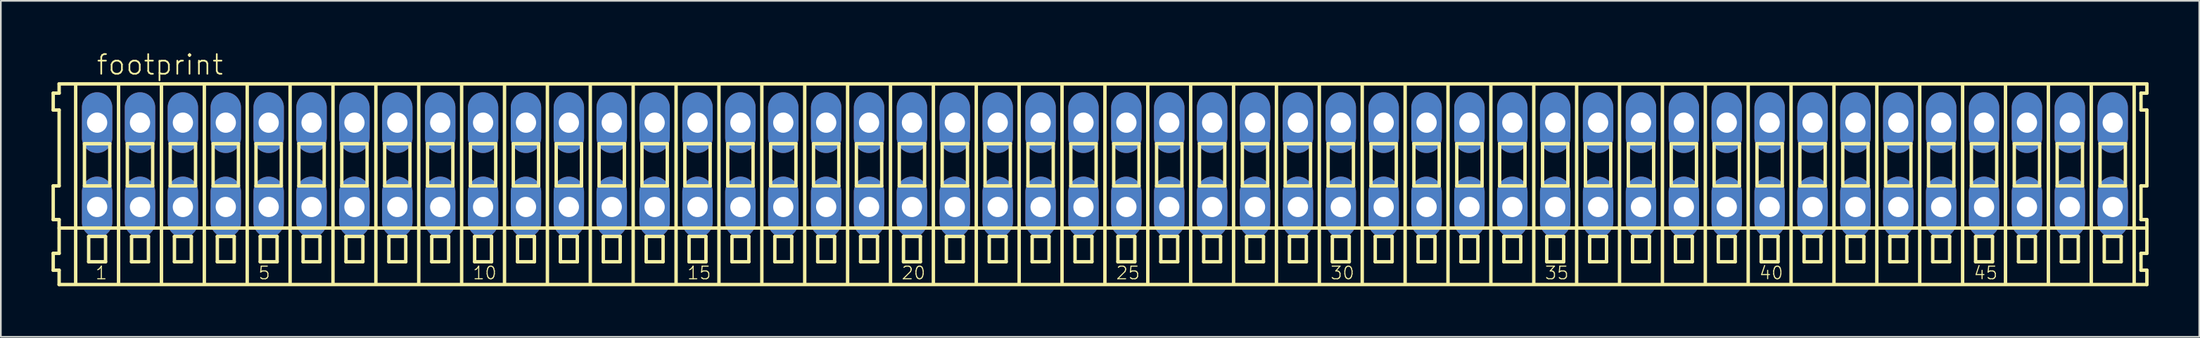
<source format=kicad_pcb>
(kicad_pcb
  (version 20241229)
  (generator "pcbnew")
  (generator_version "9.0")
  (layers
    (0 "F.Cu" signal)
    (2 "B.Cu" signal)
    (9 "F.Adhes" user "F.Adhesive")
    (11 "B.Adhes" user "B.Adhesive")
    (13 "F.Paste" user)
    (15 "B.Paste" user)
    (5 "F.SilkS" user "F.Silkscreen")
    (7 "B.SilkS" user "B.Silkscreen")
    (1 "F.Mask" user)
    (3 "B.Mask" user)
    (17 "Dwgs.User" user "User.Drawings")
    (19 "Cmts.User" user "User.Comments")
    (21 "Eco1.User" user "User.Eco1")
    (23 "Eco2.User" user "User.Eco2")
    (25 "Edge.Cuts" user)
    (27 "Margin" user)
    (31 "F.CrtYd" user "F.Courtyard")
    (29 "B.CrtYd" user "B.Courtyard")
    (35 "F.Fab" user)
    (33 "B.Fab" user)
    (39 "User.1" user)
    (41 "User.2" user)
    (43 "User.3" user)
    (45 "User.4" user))
  (footprint "footprint"
    (layer "F.Cu")
    (at 62.392 6.723)
    (property "Reference" "footprint" (at -59.79 -5.25 0) (layer "F.SilkS") (effects (font (size 1.168 1.168) (thickness 0.102)) (justify left bottom)))
    (fp_line (start -62.29 -4.25) (end -62.29 -3.25) (stroke (width 0.203) (type solid)) (layer "F.SilkS"))
    (fp_line (start -62.29 -3.25) (end -61.94 -3.25) (stroke (width 0.203) (type solid)) (layer "F.SilkS"))
    (fp_line (start -62.29 1.25) (end -62.29 3.25) (stroke (width 0.203) (type solid)) (layer "F.SilkS"))
    (fp_line (start -62.29 3.25) (end -61.94 3.25) (stroke (width 0.203) (type solid)) (layer "F.SilkS"))
    (fp_line (start -62.29 5.25) (end -62.29 6.25) (stroke (width 0.203) (type solid)) (layer "F.SilkS"))
    (fp_line (start -62.29 6.25) (end -61.94 6.25) (stroke (width 0.203) (type solid)) (layer "F.SilkS"))
    (fp_line (start -61.94 -4.8) (end -61.94 -4.25) (stroke (width 0.203) (type solid)) (layer "F.SilkS"))
    (fp_line (start -61.94 -4.25) (end -62.29 -4.25) (stroke (width 0.203) (type solid)) (layer "F.SilkS"))
    (fp_line (start -61.94 -3.25) (end -61.94 1.25) (stroke (width 0.203) (type solid)) (layer "F.SilkS"))
    (fp_line (start -61.94 1.25) (end -62.29 1.25) (stroke (width 0.203) (type solid)) (layer "F.SilkS"))
    (fp_line (start -61.94 3.25) (end -61.94 5.25) (stroke (width 0.203) (type solid)) (layer "F.SilkS"))
    (fp_line (start -61.94 3.75) (end 61.715 3.75) (stroke (width 0.203) (type solid)) (layer "F.SilkS"))
    (fp_line (start -61.94 5.25) (end -62.29 5.25) (stroke (width 0.203) (type solid)) (layer "F.SilkS"))
    (fp_line (start -61.94 6.25) (end -61.94 7.1) (stroke (width 0.203) (type solid)) (layer "F.SilkS"))
    (fp_line (start -61.94 7.1) (end 61.715 7.1) (stroke (width 0.203) (type solid)) (layer "F.SilkS"))
    (fp_line (start -60.96 6.985) (end -60.96 -4.699) (stroke (width 0.203) (type solid)) (layer "F.SilkS"))
    (fp_line (start -60.44 -1.25) (end -60.44 1.25) (stroke (width 0.203) (type solid)) (layer "F.SilkS"))
    (fp_line (start -60.44 1.25) (end -58.94 1.25) (stroke (width 0.203) (type solid)) (layer "F.SilkS"))
    (fp_line (start -60.19 4.25) (end -60.19 5.75) (stroke (width 0.203) (type solid)) (layer "F.SilkS"))
    (fp_line (start -60.19 5.75) (end -59.19 5.75) (stroke (width 0.203) (type solid)) (layer "F.SilkS"))
    (fp_line (start -59.19 4.25) (end -60.19 4.25) (stroke (width 0.203) (type solid)) (layer "F.SilkS"))
    (fp_line (start -59.19 5.75) (end -59.19 4.25) (stroke (width 0.203) (type solid)) (layer "F.SilkS"))
    (fp_line (start -58.94 -1.25) (end -60.44 -1.25) (stroke (width 0.203) (type solid)) (layer "F.SilkS"))
    (fp_line (start -58.94 1.25) (end -58.94 -1.25) (stroke (width 0.203) (type solid)) (layer "F.SilkS"))
    (fp_line (start -58.42 6.985) (end -58.42 -4.699) (stroke (width 0.203) (type solid)) (layer "F.SilkS"))
    (fp_line (start -57.9 -1.25) (end -57.9 1.25) (stroke (width 0.203) (type solid)) (layer "F.SilkS"))
    (fp_line (start -57.9 1.25) (end -56.4 1.25) (stroke (width 0.203) (type solid)) (layer "F.SilkS"))
    (fp_line (start -57.65 4.25) (end -57.65 5.75) (stroke (width 0.203) (type solid)) (layer "F.SilkS"))
    (fp_line (start -57.65 5.75) (end -56.65 5.75) (stroke (width 0.203) (type solid)) (layer "F.SilkS"))
    (fp_line (start -56.65 4.25) (end -57.65 4.25) (stroke (width 0.203) (type solid)) (layer "F.SilkS"))
    (fp_line (start -56.65 5.75) (end -56.65 4.25) (stroke (width 0.203) (type solid)) (layer "F.SilkS"))
    (fp_line (start -56.4 -1.25) (end -57.9 -1.25) (stroke (width 0.203) (type solid)) (layer "F.SilkS"))
    (fp_line (start -56.4 1.25) (end -56.4 -1.25) (stroke (width 0.203) (type solid)) (layer "F.SilkS"))
    (fp_line (start -55.88 6.985) (end -55.88 -4.699) (stroke (width 0.203) (type solid)) (layer "F.SilkS"))
    (fp_line (start -55.36 -1.25) (end -55.36 1.25) (stroke (width 0.203) (type solid)) (layer "F.SilkS"))
    (fp_line (start -55.36 1.25) (end -53.86 1.25) (stroke (width 0.203) (type solid)) (layer "F.SilkS"))
    (fp_line (start -55.11 4.25) (end -55.11 5.75) (stroke (width 0.203) (type solid)) (layer "F.SilkS"))
    (fp_line (start -55.11 5.75) (end -54.11 5.75) (stroke (width 0.203) (type solid)) (layer "F.SilkS"))
    (fp_line (start -54.11 4.25) (end -55.11 4.25) (stroke (width 0.203) (type solid)) (layer "F.SilkS"))
    (fp_line (start -54.11 5.75) (end -54.11 4.25) (stroke (width 0.203) (type solid)) (layer "F.SilkS"))
    (fp_line (start -53.86 -1.25) (end -55.36 -1.25) (stroke (width 0.203) (type solid)) (layer "F.SilkS"))
    (fp_line (start -53.86 1.25) (end -53.86 -1.25) (stroke (width 0.203) (type solid)) (layer "F.SilkS"))
    (fp_line (start -53.34 6.985) (end -53.34 -4.699) (stroke (width 0.203) (type solid)) (layer "F.SilkS"))
    (fp_line (start -52.82 -1.25) (end -52.82 1.25) (stroke (width 0.203) (type solid)) (layer "F.SilkS"))
    (fp_line (start -52.82 1.25) (end -51.32 1.25) (stroke (width 0.203) (type solid)) (layer "F.SilkS"))
    (fp_line (start -52.57 4.25) (end -52.57 5.75) (stroke (width 0.203) (type solid)) (layer "F.SilkS"))
    (fp_line (start -52.57 5.75) (end -51.57 5.75) (stroke (width 0.203) (type solid)) (layer "F.SilkS"))
    (fp_line (start -51.57 4.25) (end -52.57 4.25) (stroke (width 0.203) (type solid)) (layer "F.SilkS"))
    (fp_line (start -51.57 5.75) (end -51.57 4.25) (stroke (width 0.203) (type solid)) (layer "F.SilkS"))
    (fp_line (start -51.32 -1.25) (end -52.82 -1.25) (stroke (width 0.203) (type solid)) (layer "F.SilkS"))
    (fp_line (start -51.32 1.25) (end -51.32 -1.25) (stroke (width 0.203) (type solid)) (layer "F.SilkS"))
    (fp_line (start -50.8 6.985) (end -50.8 -4.699) (stroke (width 0.203) (type solid)) (layer "F.SilkS"))
    (fp_line (start -50.28 -1.25) (end -50.28 1.25) (stroke (width 0.203) (type solid)) (layer "F.SilkS"))
    (fp_line (start -50.28 1.25) (end -48.78 1.25) (stroke (width 0.203) (type solid)) (layer "F.SilkS"))
    (fp_line (start -50.03 4.25) (end -50.03 5.75) (stroke (width 0.203) (type solid)) (layer "F.SilkS"))
    (fp_line (start -50.03 5.75) (end -49.03 5.75) (stroke (width 0.203) (type solid)) (layer "F.SilkS"))
    (fp_line (start -49.03 4.25) (end -50.03 4.25) (stroke (width 0.203) (type solid)) (layer "F.SilkS"))
    (fp_line (start -49.03 5.75) (end -49.03 4.25) (stroke (width 0.203) (type solid)) (layer "F.SilkS"))
    (fp_line (start -48.78 -1.25) (end -50.28 -1.25) (stroke (width 0.203) (type solid)) (layer "F.SilkS"))
    (fp_line (start -48.78 1.25) (end -48.78 -1.25) (stroke (width 0.203) (type solid)) (layer "F.SilkS"))
    (fp_line (start -48.26 6.985) (end -48.26 -4.699) (stroke (width 0.203) (type solid)) (layer "F.SilkS"))
    (fp_line (start -47.74 -1.25) (end -47.74 1.25) (stroke (width 0.203) (type solid)) (layer "F.SilkS"))
    (fp_line (start -47.74 1.25) (end -46.24 1.25) (stroke (width 0.203) (type solid)) (layer "F.SilkS"))
    (fp_line (start -47.49 4.25) (end -47.49 5.75) (stroke (width 0.203) (type solid)) (layer "F.SilkS"))
    (fp_line (start -47.49 5.75) (end -46.49 5.75) (stroke (width 0.203) (type solid)) (layer "F.SilkS"))
    (fp_line (start -46.49 4.25) (end -47.49 4.25) (stroke (width 0.203) (type solid)) (layer "F.SilkS"))
    (fp_line (start -46.49 5.75) (end -46.49 4.25) (stroke (width 0.203) (type solid)) (layer "F.SilkS"))
    (fp_line (start -46.24 -1.25) (end -47.74 -1.25) (stroke (width 0.203) (type solid)) (layer "F.SilkS"))
    (fp_line (start -46.24 1.25) (end -46.24 -1.25) (stroke (width 0.203) (type solid)) (layer "F.SilkS"))
    (fp_line (start -45.72 6.985) (end -45.72 -4.699) (stroke (width 0.203) (type solid)) (layer "F.SilkS"))
    (fp_line (start -45.2 -1.25) (end -45.2 1.25) (stroke (width 0.203) (type solid)) (layer "F.SilkS"))
    (fp_line (start -45.2 1.25) (end -43.7 1.25) (stroke (width 0.203) (type solid)) (layer "F.SilkS"))
    (fp_line (start -44.95 4.25) (end -44.95 5.75) (stroke (width 0.203) (type solid)) (layer "F.SilkS"))
    (fp_line (start -44.95 5.75) (end -43.95 5.75) (stroke (width 0.203) (type solid)) (layer "F.SilkS"))
    (fp_line (start -43.95 4.25) (end -44.95 4.25) (stroke (width 0.203) (type solid)) (layer "F.SilkS"))
    (fp_line (start -43.95 5.75) (end -43.95 4.25) (stroke (width 0.203) (type solid)) (layer "F.SilkS"))
    (fp_line (start -43.7 -1.25) (end -45.2 -1.25) (stroke (width 0.203) (type solid)) (layer "F.SilkS"))
    (fp_line (start -43.7 1.25) (end -43.7 -1.25) (stroke (width 0.203) (type solid)) (layer "F.SilkS"))
    (fp_line (start -43.18 6.985) (end -43.18 -4.699) (stroke (width 0.203) (type solid)) (layer "F.SilkS"))
    (fp_line (start -42.66 -1.25) (end -42.66 1.25) (stroke (width 0.203) (type solid)) (layer "F.SilkS"))
    (fp_line (start -42.66 1.25) (end -41.16 1.25) (stroke (width 0.203) (type solid)) (layer "F.SilkS"))
    (fp_line (start -42.41 4.25) (end -42.41 5.75) (stroke (width 0.203) (type solid)) (layer "F.SilkS"))
    (fp_line (start -42.41 5.75) (end -41.41 5.75) (stroke (width 0.203) (type solid)) (layer "F.SilkS"))
    (fp_line (start -41.41 4.25) (end -42.41 4.25) (stroke (width 0.203) (type solid)) (layer "F.SilkS"))
    (fp_line (start -41.41 5.75) (end -41.41 4.25) (stroke (width 0.203) (type solid)) (layer "F.SilkS"))
    (fp_line (start -41.16 -1.25) (end -42.66 -1.25) (stroke (width 0.203) (type solid)) (layer "F.SilkS"))
    (fp_line (start -41.16 1.25) (end -41.16 -1.25) (stroke (width 0.203) (type solid)) (layer "F.SilkS"))
    (fp_line (start -40.64 6.985) (end -40.64 -4.699) (stroke (width 0.203) (type solid)) (layer "F.SilkS"))
    (fp_line (start -40.12 -1.25) (end -40.12 1.25) (stroke (width 0.203) (type solid)) (layer "F.SilkS"))
    (fp_line (start -40.12 1.25) (end -38.62 1.25) (stroke (width 0.203) (type solid)) (layer "F.SilkS"))
    (fp_line (start -39.87 4.25) (end -39.87 5.75) (stroke (width 0.203) (type solid)) (layer "F.SilkS"))
    (fp_line (start -39.87 5.75) (end -38.87 5.75) (stroke (width 0.203) (type solid)) (layer "F.SilkS"))
    (fp_line (start -38.87 4.25) (end -39.87 4.25) (stroke (width 0.203) (type solid)) (layer "F.SilkS"))
    (fp_line (start -38.87 5.75) (end -38.87 4.25) (stroke (width 0.203) (type solid)) (layer "F.SilkS"))
    (fp_line (start -38.62 -1.25) (end -40.12 -1.25) (stroke (width 0.203) (type solid)) (layer "F.SilkS"))
    (fp_line (start -38.62 1.25) (end -38.62 -1.25) (stroke (width 0.203) (type solid)) (layer "F.SilkS"))
    (fp_line (start -38.1 6.985) (end -38.1 -4.699) (stroke (width 0.203) (type solid)) (layer "F.SilkS"))
    (fp_line (start -37.58 -1.25) (end -37.58 1.25) (stroke (width 0.203) (type solid)) (layer "F.SilkS"))
    (fp_line (start -37.58 1.25) (end -36.08 1.25) (stroke (width 0.203) (type solid)) (layer "F.SilkS"))
    (fp_line (start -37.33 4.25) (end -37.33 5.75) (stroke (width 0.203) (type solid)) (layer "F.SilkS"))
    (fp_line (start -37.33 5.75) (end -36.33 5.75) (stroke (width 0.203) (type solid)) (layer "F.SilkS"))
    (fp_line (start -36.33 4.25) (end -37.33 4.25) (stroke (width 0.203) (type solid)) (layer "F.SilkS"))
    (fp_line (start -36.33 5.75) (end -36.33 4.25) (stroke (width 0.203) (type solid)) (layer "F.SilkS"))
    (fp_line (start -36.08 -1.25) (end -37.58 -1.25) (stroke (width 0.203) (type solid)) (layer "F.SilkS"))
    (fp_line (start -36.08 1.25) (end -36.08 -1.25) (stroke (width 0.203) (type solid)) (layer "F.SilkS"))
    (fp_line (start -35.56 6.985) (end -35.56 -4.699) (stroke (width 0.203) (type solid)) (layer "F.SilkS"))
    (fp_line (start -35.04 -1.25) (end -35.04 1.25) (stroke (width 0.203) (type solid)) (layer "F.SilkS"))
    (fp_line (start -35.04 1.25) (end -33.54 1.25) (stroke (width 0.203) (type solid)) (layer "F.SilkS"))
    (fp_line (start -34.79 4.25) (end -34.79 5.75) (stroke (width 0.203) (type solid)) (layer "F.SilkS"))
    (fp_line (start -34.79 5.75) (end -33.79 5.75) (stroke (width 0.203) (type solid)) (layer "F.SilkS"))
    (fp_line (start -33.79 4.25) (end -34.79 4.25) (stroke (width 0.203) (type solid)) (layer "F.SilkS"))
    (fp_line (start -33.79 5.75) (end -33.79 4.25) (stroke (width 0.203) (type solid)) (layer "F.SilkS"))
    (fp_line (start -33.54 -1.25) (end -35.04 -1.25) (stroke (width 0.203) (type solid)) (layer "F.SilkS"))
    (fp_line (start -33.54 1.25) (end -33.54 -1.25) (stroke (width 0.203) (type solid)) (layer "F.SilkS"))
    (fp_line (start -33.02 6.985) (end -33.02 -4.699) (stroke (width 0.203) (type solid)) (layer "F.SilkS"))
    (fp_line (start -32.5 -1.25) (end -32.5 1.25) (stroke (width 0.203) (type solid)) (layer "F.SilkS"))
    (fp_line (start -32.5 1.25) (end -31 1.25) (stroke (width 0.203) (type solid)) (layer "F.SilkS"))
    (fp_line (start -32.25 4.25) (end -32.25 5.75) (stroke (width 0.203) (type solid)) (layer "F.SilkS"))
    (fp_line (start -32.25 5.75) (end -31.25 5.75) (stroke (width 0.203) (type solid)) (layer "F.SilkS"))
    (fp_line (start -31.25 4.25) (end -32.25 4.25) (stroke (width 0.203) (type solid)) (layer "F.SilkS"))
    (fp_line (start -31.25 5.75) (end -31.25 4.25) (stroke (width 0.203) (type solid)) (layer "F.SilkS"))
    (fp_line (start -31 -1.25) (end -32.5 -1.25) (stroke (width 0.203) (type solid)) (layer "F.SilkS"))
    (fp_line (start -31 1.25) (end -31 -1.25) (stroke (width 0.203) (type solid)) (layer "F.SilkS"))
    (fp_line (start -30.48 6.985) (end -30.48 -4.699) (stroke (width 0.203) (type solid)) (layer "F.SilkS"))
    (fp_line (start -29.96 -1.25) (end -29.96 1.25) (stroke (width 0.203) (type solid)) (layer "F.SilkS"))
    (fp_line (start -29.96 1.25) (end -28.46 1.25) (stroke (width 0.203) (type solid)) (layer "F.SilkS"))
    (fp_line (start -29.71 4.25) (end -29.71 5.75) (stroke (width 0.203) (type solid)) (layer "F.SilkS"))
    (fp_line (start -29.71 5.75) (end -28.71 5.75) (stroke (width 0.203) (type solid)) (layer "F.SilkS"))
    (fp_line (start -28.71 4.25) (end -29.71 4.25) (stroke (width 0.203) (type solid)) (layer "F.SilkS"))
    (fp_line (start -28.71 5.75) (end -28.71 4.25) (stroke (width 0.203) (type solid)) (layer "F.SilkS"))
    (fp_line (start -28.46 -1.25) (end -29.96 -1.25) (stroke (width 0.203) (type solid)) (layer "F.SilkS"))
    (fp_line (start -28.46 1.25) (end -28.46 -1.25) (stroke (width 0.203) (type solid)) (layer "F.SilkS"))
    (fp_line (start -27.94 6.985) (end -27.94 -4.699) (stroke (width 0.203) (type solid)) (layer "F.SilkS"))
    (fp_line (start -27.42 -1.25) (end -27.42 1.25) (stroke (width 0.203) (type solid)) (layer "F.SilkS"))
    (fp_line (start -27.42 1.25) (end -25.92 1.25) (stroke (width 0.203) (type solid)) (layer "F.SilkS"))
    (fp_line (start -27.17 4.25) (end -27.17 5.75) (stroke (width 0.203) (type solid)) (layer "F.SilkS"))
    (fp_line (start -27.17 5.75) (end -26.17 5.75) (stroke (width 0.203) (type solid)) (layer "F.SilkS"))
    (fp_line (start -26.17 4.25) (end -27.17 4.25) (stroke (width 0.203) (type solid)) (layer "F.SilkS"))
    (fp_line (start -26.17 5.75) (end -26.17 4.25) (stroke (width 0.203) (type solid)) (layer "F.SilkS"))
    (fp_line (start -25.92 -1.25) (end -27.42 -1.25) (stroke (width 0.203) (type solid)) (layer "F.SilkS"))
    (fp_line (start -25.92 1.25) (end -25.92 -1.25) (stroke (width 0.203) (type solid)) (layer "F.SilkS"))
    (fp_line (start -25.4 6.985) (end -25.4 -4.699) (stroke (width 0.203) (type solid)) (layer "F.SilkS"))
    (fp_line (start -24.88 -1.25) (end -24.88 1.25) (stroke (width 0.203) (type solid)) (layer "F.SilkS"))
    (fp_line (start -24.88 1.25) (end -23.38 1.25) (stroke (width 0.203) (type solid)) (layer "F.SilkS"))
    (fp_line (start -24.63 4.25) (end -24.63 5.75) (stroke (width 0.203) (type solid)) (layer "F.SilkS"))
    (fp_line (start -24.63 5.75) (end -23.63 5.75) (stroke (width 0.203) (type solid)) (layer "F.SilkS"))
    (fp_line (start -23.63 4.25) (end -24.63 4.25) (stroke (width 0.203) (type solid)) (layer "F.SilkS"))
    (fp_line (start -23.63 5.75) (end -23.63 4.25) (stroke (width 0.203) (type solid)) (layer "F.SilkS"))
    (fp_line (start -23.38 -1.25) (end -24.88 -1.25) (stroke (width 0.203) (type solid)) (layer "F.SilkS"))
    (fp_line (start -23.38 1.25) (end -23.38 -1.25) (stroke (width 0.203) (type solid)) (layer "F.SilkS"))
    (fp_line (start -22.86 6.985) (end -22.86 -4.699) (stroke (width 0.203) (type solid)) (layer "F.SilkS"))
    (fp_line (start -22.34 -1.25) (end -22.34 1.25) (stroke (width 0.203) (type solid)) (layer "F.SilkS"))
    (fp_line (start -22.34 1.25) (end -20.84 1.25) (stroke (width 0.203) (type solid)) (layer "F.SilkS"))
    (fp_line (start -22.09 4.25) (end -22.09 5.75) (stroke (width 0.203) (type solid)) (layer "F.SilkS"))
    (fp_line (start -22.09 5.75) (end -21.09 5.75) (stroke (width 0.203) (type solid)) (layer "F.SilkS"))
    (fp_line (start -21.09 4.25) (end -22.09 4.25) (stroke (width 0.203) (type solid)) (layer "F.SilkS"))
    (fp_line (start -21.09 5.75) (end -21.09 4.25) (stroke (width 0.203) (type solid)) (layer "F.SilkS"))
    (fp_line (start -20.84 -1.25) (end -22.34 -1.25) (stroke (width 0.203) (type solid)) (layer "F.SilkS"))
    (fp_line (start -20.84 1.25) (end -20.84 -1.25) (stroke (width 0.203) (type solid)) (layer "F.SilkS"))
    (fp_line (start -20.32 6.985) (end -20.32 -4.699) (stroke (width 0.203) (type solid)) (layer "F.SilkS"))
    (fp_line (start -19.8 -1.25) (end -19.8 1.25) (stroke (width 0.203) (type solid)) (layer "F.SilkS"))
    (fp_line (start -19.8 1.25) (end -18.3 1.25) (stroke (width 0.203) (type solid)) (layer "F.SilkS"))
    (fp_line (start -19.55 4.25) (end -19.55 5.75) (stroke (width 0.203) (type solid)) (layer "F.SilkS"))
    (fp_line (start -19.55 5.75) (end -18.55 5.75) (stroke (width 0.203) (type solid)) (layer "F.SilkS"))
    (fp_line (start -18.55 4.25) (end -19.55 4.25) (stroke (width 0.203) (type solid)) (layer "F.SilkS"))
    (fp_line (start -18.55 5.75) (end -18.55 4.25) (stroke (width 0.203) (type solid)) (layer "F.SilkS"))
    (fp_line (start -18.3 -1.25) (end -19.8 -1.25) (stroke (width 0.203) (type solid)) (layer "F.SilkS"))
    (fp_line (start -18.3 1.25) (end -18.3 -1.25) (stroke (width 0.203) (type solid)) (layer "F.SilkS"))
    (fp_line (start -17.78 6.985) (end -17.78 -4.699) (stroke (width 0.203) (type solid)) (layer "F.SilkS"))
    (fp_line (start -17.26 -1.25) (end -17.26 1.25) (stroke (width 0.203) (type solid)) (layer "F.SilkS"))
    (fp_line (start -17.26 1.25) (end -15.76 1.25) (stroke (width 0.203) (type solid)) (layer "F.SilkS"))
    (fp_line (start -17.01 4.25) (end -17.01 5.75) (stroke (width 0.203) (type solid)) (layer "F.SilkS"))
    (fp_line (start -17.01 5.75) (end -16.01 5.75) (stroke (width 0.203) (type solid)) (layer "F.SilkS"))
    (fp_line (start -16.01 4.25) (end -17.01 4.25) (stroke (width 0.203) (type solid)) (layer "F.SilkS"))
    (fp_line (start -16.01 5.75) (end -16.01 4.25) (stroke (width 0.203) (type solid)) (layer "F.SilkS"))
    (fp_line (start -15.76 -1.25) (end -17.26 -1.25) (stroke (width 0.203) (type solid)) (layer "F.SilkS"))
    (fp_line (start -15.76 1.25) (end -15.76 -1.25) (stroke (width 0.203) (type solid)) (layer "F.SilkS"))
    (fp_line (start -15.24 6.985) (end -15.24 -4.699) (stroke (width 0.203) (type solid)) (layer "F.SilkS"))
    (fp_line (start -14.72 -1.25) (end -14.72 1.25) (stroke (width 0.203) (type solid)) (layer "F.SilkS"))
    (fp_line (start -14.72 1.25) (end -13.22 1.25) (stroke (width 0.203) (type solid)) (layer "F.SilkS"))
    (fp_line (start -14.47 4.25) (end -14.47 5.75) (stroke (width 0.203) (type solid)) (layer "F.SilkS"))
    (fp_line (start -14.47 5.75) (end -13.47 5.75) (stroke (width 0.203) (type solid)) (layer "F.SilkS"))
    (fp_line (start -13.47 4.25) (end -14.47 4.25) (stroke (width 0.203) (type solid)) (layer "F.SilkS"))
    (fp_line (start -13.47 5.75) (end -13.47 4.25) (stroke (width 0.203) (type solid)) (layer "F.SilkS"))
    (fp_line (start -13.22 -1.25) (end -14.72 -1.25) (stroke (width 0.203) (type solid)) (layer "F.SilkS"))
    (fp_line (start -13.22 1.25) (end -13.22 -1.25) (stroke (width 0.203) (type solid)) (layer "F.SilkS"))
    (fp_line (start -12.7 6.985) (end -12.7 -4.699) (stroke (width 0.203) (type solid)) (layer "F.SilkS"))
    (fp_line (start -12.18 -1.25) (end -12.18 1.25) (stroke (width 0.203) (type solid)) (layer "F.SilkS"))
    (fp_line (start -12.18 1.25) (end -10.68 1.25) (stroke (width 0.203) (type solid)) (layer "F.SilkS"))
    (fp_line (start -11.93 4.25) (end -11.93 5.75) (stroke (width 0.203) (type solid)) (layer "F.SilkS"))
    (fp_line (start -11.93 5.75) (end -10.93 5.75) (stroke (width 0.203) (type solid)) (layer "F.SilkS"))
    (fp_line (start -10.93 4.25) (end -11.93 4.25) (stroke (width 0.203) (type solid)) (layer "F.SilkS"))
    (fp_line (start -10.93 5.75) (end -10.93 4.25) (stroke (width 0.203) (type solid)) (layer "F.SilkS"))
    (fp_line (start -10.68 -1.25) (end -12.18 -1.25) (stroke (width 0.203) (type solid)) (layer "F.SilkS"))
    (fp_line (start -10.68 1.25) (end -10.68 -1.25) (stroke (width 0.203) (type solid)) (layer "F.SilkS"))
    (fp_line (start -10.16 6.985) (end -10.16 -4.699) (stroke (width 0.203) (type solid)) (layer "F.SilkS"))
    (fp_line (start -9.64 -1.25) (end -9.64 1.25) (stroke (width 0.203) (type solid)) (layer "F.SilkS"))
    (fp_line (start -9.64 1.25) (end -8.14 1.25) (stroke (width 0.203) (type solid)) (layer "F.SilkS"))
    (fp_line (start -9.39 4.25) (end -9.39 5.75) (stroke (width 0.203) (type solid)) (layer "F.SilkS"))
    (fp_line (start -9.39 5.75) (end -8.39 5.75) (stroke (width 0.203) (type solid)) (layer "F.SilkS"))
    (fp_line (start -8.39 4.25) (end -9.39 4.25) (stroke (width 0.203) (type solid)) (layer "F.SilkS"))
    (fp_line (start -8.39 5.75) (end -8.39 4.25) (stroke (width 0.203) (type solid)) (layer "F.SilkS"))
    (fp_line (start -8.14 -1.25) (end -9.64 -1.25) (stroke (width 0.203) (type solid)) (layer "F.SilkS"))
    (fp_line (start -8.14 1.25) (end -8.14 -1.25) (stroke (width 0.203) (type solid)) (layer "F.SilkS"))
    (fp_line (start -7.62 6.985) (end -7.62 -4.699) (stroke (width 0.203) (type solid)) (layer "F.SilkS"))
    (fp_line (start -7.1 -1.25) (end -7.1 1.25) (stroke (width 0.203) (type solid)) (layer "F.SilkS"))
    (fp_line (start -7.1 1.25) (end -5.6 1.25) (stroke (width 0.203) (type solid)) (layer "F.SilkS"))
    (fp_line (start -6.85 4.25) (end -6.85 5.75) (stroke (width 0.203) (type solid)) (layer "F.SilkS"))
    (fp_line (start -6.85 5.75) (end -5.85 5.75) (stroke (width 0.203) (type solid)) (layer "F.SilkS"))
    (fp_line (start -5.85 4.25) (end -6.85 4.25) (stroke (width 0.203) (type solid)) (layer "F.SilkS"))
    (fp_line (start -5.85 5.75) (end -5.85 4.25) (stroke (width 0.203) (type solid)) (layer "F.SilkS"))
    (fp_line (start -5.6 -1.25) (end -7.1 -1.25) (stroke (width 0.203) (type solid)) (layer "F.SilkS"))
    (fp_line (start -5.6 1.25) (end -5.6 -1.25) (stroke (width 0.203) (type solid)) (layer "F.SilkS"))
    (fp_line (start -5.08 6.985) (end -5.08 -4.699) (stroke (width 0.203) (type solid)) (layer "F.SilkS"))
    (fp_line (start -4.56 -1.25) (end -4.56 1.25) (stroke (width 0.203) (type solid)) (layer "F.SilkS"))
    (fp_line (start -4.56 1.25) (end -3.06 1.25) (stroke (width 0.203) (type solid)) (layer "F.SilkS"))
    (fp_line (start -4.31 4.25) (end -4.31 5.75) (stroke (width 0.203) (type solid)) (layer "F.SilkS"))
    (fp_line (start -4.31 5.75) (end -3.31 5.75) (stroke (width 0.203) (type solid)) (layer "F.SilkS"))
    (fp_line (start -3.31 4.25) (end -4.31 4.25) (stroke (width 0.203) (type solid)) (layer "F.SilkS"))
    (fp_line (start -3.31 5.75) (end -3.31 4.25) (stroke (width 0.203) (type solid)) (layer "F.SilkS"))
    (fp_line (start -3.06 -1.25) (end -4.56 -1.25) (stroke (width 0.203) (type solid)) (layer "F.SilkS"))
    (fp_line (start -3.06 1.25) (end -3.06 -1.25) (stroke (width 0.203) (type solid)) (layer "F.SilkS"))
    (fp_line (start -2.54 6.985) (end -2.54 -4.699) (stroke (width 0.203) (type solid)) (layer "F.SilkS"))
    (fp_line (start -2.02 -1.25) (end -2.02 1.25) (stroke (width 0.203) (type solid)) (layer "F.SilkS"))
    (fp_line (start -2.02 1.25) (end -0.52 1.25) (stroke (width 0.203) (type solid)) (layer "F.SilkS"))
    (fp_line (start -1.77 4.25) (end -1.77 5.75) (stroke (width 0.203) (type solid)) (layer "F.SilkS"))
    (fp_line (start -1.77 5.75) (end -0.77 5.75) (stroke (width 0.203) (type solid)) (layer "F.SilkS"))
    (fp_line (start -0.77 4.25) (end -1.77 4.25) (stroke (width 0.203) (type solid)) (layer "F.SilkS"))
    (fp_line (start -0.77 5.75) (end -0.77 4.25) (stroke (width 0.203) (type solid)) (layer "F.SilkS"))
    (fp_line (start -0.52 -1.25) (end -2.02 -1.25) (stroke (width 0.203) (type solid)) (layer "F.SilkS"))
    (fp_line (start -0.52 1.25) (end -0.52 -1.25) (stroke (width 0.203) (type solid)) (layer "F.SilkS"))
    (fp_line (start 0 6.985) (end 0 -4.699) (stroke (width 0.203) (type solid)) (layer "F.SilkS"))
    (fp_line (start 0.52 -1.25) (end 0.52 1.25) (stroke (width 0.203) (type solid)) (layer "F.SilkS"))
    (fp_line (start 0.52 1.25) (end 2.02 1.25) (stroke (width 0.203) (type solid)) (layer "F.SilkS"))
    (fp_line (start 0.77 4.25) (end 0.77 5.75) (stroke (width 0.203) (type solid)) (layer "F.SilkS"))
    (fp_line (start 0.77 5.75) (end 1.77 5.75) (stroke (width 0.203) (type solid)) (layer "F.SilkS"))
    (fp_line (start 1.77 4.25) (end 0.77 4.25) (stroke (width 0.203) (type solid)) (layer "F.SilkS"))
    (fp_line (start 1.77 5.75) (end 1.77 4.25) (stroke (width 0.203) (type solid)) (layer "F.SilkS"))
    (fp_line (start 2.02 -1.25) (end 0.52 -1.25) (stroke (width 0.203) (type solid)) (layer "F.SilkS"))
    (fp_line (start 2.02 1.25) (end 2.02 -1.25) (stroke (width 0.203) (type solid)) (layer "F.SilkS"))
    (fp_line (start 2.54 6.985) (end 2.54 -4.699) (stroke (width 0.203) (type solid)) (layer "F.SilkS"))
    (fp_line (start 3.06 -1.25) (end 3.06 1.25) (stroke (width 0.203) (type solid)) (layer "F.SilkS"))
    (fp_line (start 3.06 1.25) (end 4.56 1.25) (stroke (width 0.203) (type solid)) (layer "F.SilkS"))
    (fp_line (start 3.31 4.25) (end 3.31 5.75) (stroke (width 0.203) (type solid)) (layer "F.SilkS"))
    (fp_line (start 3.31 5.75) (end 4.31 5.75) (stroke (width 0.203) (type solid)) (layer "F.SilkS"))
    (fp_line (start 4.31 4.25) (end 3.31 4.25) (stroke (width 0.203) (type solid)) (layer "F.SilkS"))
    (fp_line (start 4.31 5.75) (end 4.31 4.25) (stroke (width 0.203) (type solid)) (layer "F.SilkS"))
    (fp_line (start 4.56 -1.25) (end 3.06 -1.25) (stroke (width 0.203) (type solid)) (layer "F.SilkS"))
    (fp_line (start 4.56 1.25) (end 4.56 -1.25) (stroke (width 0.203) (type solid)) (layer "F.SilkS"))
    (fp_line (start 5.08 6.985) (end 5.08 -4.699) (stroke (width 0.203) (type solid)) (layer "F.SilkS"))
    (fp_line (start 5.6 -1.25) (end 5.6 1.25) (stroke (width 0.203) (type solid)) (layer "F.SilkS"))
    (fp_line (start 5.6 1.25) (end 7.1 1.25) (stroke (width 0.203) (type solid)) (layer "F.SilkS"))
    (fp_line (start 5.85 4.25) (end 5.85 5.75) (stroke (width 0.203) (type solid)) (layer "F.SilkS"))
    (fp_line (start 5.85 5.75) (end 6.85 5.75) (stroke (width 0.203) (type solid)) (layer "F.SilkS"))
    (fp_line (start 6.85 4.25) (end 5.85 4.25) (stroke (width 0.203) (type solid)) (layer "F.SilkS"))
    (fp_line (start 6.85 5.75) (end 6.85 4.25) (stroke (width 0.203) (type solid)) (layer "F.SilkS"))
    (fp_line (start 7.1 -1.25) (end 5.6 -1.25) (stroke (width 0.203) (type solid)) (layer "F.SilkS"))
    (fp_line (start 7.1 1.25) (end 7.1 -1.25) (stroke (width 0.203) (type solid)) (layer "F.SilkS"))
    (fp_line (start 7.62 6.985) (end 7.62 -4.699) (stroke (width 0.203) (type solid)) (layer "F.SilkS"))
    (fp_line (start 8.14 -1.25) (end 8.14 1.25) (stroke (width 0.203) (type solid)) (layer "F.SilkS"))
    (fp_line (start 8.14 1.25) (end 9.64 1.25) (stroke (width 0.203) (type solid)) (layer "F.SilkS"))
    (fp_line (start 8.39 4.25) (end 8.39 5.75) (stroke (width 0.203) (type solid)) (layer "F.SilkS"))
    (fp_line (start 8.39 5.75) (end 9.39 5.75) (stroke (width 0.203) (type solid)) (layer "F.SilkS"))
    (fp_line (start 9.39 4.25) (end 8.39 4.25) (stroke (width 0.203) (type solid)) (layer "F.SilkS"))
    (fp_line (start 9.39 5.75) (end 9.39 4.25) (stroke (width 0.203) (type solid)) (layer "F.SilkS"))
    (fp_line (start 9.64 -1.25) (end 8.14 -1.25) (stroke (width 0.203) (type solid)) (layer "F.SilkS"))
    (fp_line (start 9.64 1.25) (end 9.64 -1.25) (stroke (width 0.203) (type solid)) (layer "F.SilkS"))
    (fp_line (start 10.16 6.985) (end 10.16 -4.699) (stroke (width 0.203) (type solid)) (layer "F.SilkS"))
    (fp_line (start 10.68 -1.25) (end 10.68 1.25) (stroke (width 0.203) (type solid)) (layer "F.SilkS"))
    (fp_line (start 10.68 1.25) (end 12.18 1.25) (stroke (width 0.203) (type solid)) (layer "F.SilkS"))
    (fp_line (start 10.93 4.25) (end 10.93 5.75) (stroke (width 0.203) (type solid)) (layer "F.SilkS"))
    (fp_line (start 10.93 5.75) (end 11.93 5.75) (stroke (width 0.203) (type solid)) (layer "F.SilkS"))
    (fp_line (start 11.93 4.25) (end 10.93 4.25) (stroke (width 0.203) (type solid)) (layer "F.SilkS"))
    (fp_line (start 11.93 5.75) (end 11.93 4.25) (stroke (width 0.203) (type solid)) (layer "F.SilkS"))
    (fp_line (start 12.18 -1.25) (end 10.68 -1.25) (stroke (width 0.203) (type solid)) (layer "F.SilkS"))
    (fp_line (start 12.18 1.25) (end 12.18 -1.25) (stroke (width 0.203) (type solid)) (layer "F.SilkS"))
    (fp_line (start 12.7 6.985) (end 12.7 -4.699) (stroke (width 0.203) (type solid)) (layer "F.SilkS"))
    (fp_line (start 13.22 -1.25) (end 13.22 1.25) (stroke (width 0.203) (type solid)) (layer "F.SilkS"))
    (fp_line (start 13.22 1.25) (end 14.72 1.25) (stroke (width 0.203) (type solid)) (layer "F.SilkS"))
    (fp_line (start 13.47 4.25) (end 13.47 5.75) (stroke (width 0.203) (type solid)) (layer "F.SilkS"))
    (fp_line (start 13.47 5.75) (end 14.47 5.75) (stroke (width 0.203) (type solid)) (layer "F.SilkS"))
    (fp_line (start 14.47 4.25) (end 13.47 4.25) (stroke (width 0.203) (type solid)) (layer "F.SilkS"))
    (fp_line (start 14.47 5.75) (end 14.47 4.25) (stroke (width 0.203) (type solid)) (layer "F.SilkS"))
    (fp_line (start 14.72 -1.25) (end 13.22 -1.25) (stroke (width 0.203) (type solid)) (layer "F.SilkS"))
    (fp_line (start 14.72 1.25) (end 14.72 -1.25) (stroke (width 0.203) (type solid)) (layer "F.SilkS"))
    (fp_line (start 15.24 6.985) (end 15.24 -4.699) (stroke (width 0.203) (type solid)) (layer "F.SilkS"))
    (fp_line (start 15.76 -1.25) (end 15.76 1.25) (stroke (width 0.203) (type solid)) (layer "F.SilkS"))
    (fp_line (start 15.76 1.25) (end 17.26 1.25) (stroke (width 0.203) (type solid)) (layer "F.SilkS"))
    (fp_line (start 16.01 4.25) (end 16.01 5.75) (stroke (width 0.203) (type solid)) (layer "F.SilkS"))
    (fp_line (start 16.01 5.75) (end 17.01 5.75) (stroke (width 0.203) (type solid)) (layer "F.SilkS"))
    (fp_line (start 17.01 4.25) (end 16.01 4.25) (stroke (width 0.203) (type solid)) (layer "F.SilkS"))
    (fp_line (start 17.01 5.75) (end 17.01 4.25) (stroke (width 0.203) (type solid)) (layer "F.SilkS"))
    (fp_line (start 17.26 -1.25) (end 15.76 -1.25) (stroke (width 0.203) (type solid)) (layer "F.SilkS"))
    (fp_line (start 17.26 1.25) (end 17.26 -1.25) (stroke (width 0.203) (type solid)) (layer "F.SilkS"))
    (fp_line (start 17.78 6.985) (end 17.78 -4.699) (stroke (width 0.203) (type solid)) (layer "F.SilkS"))
    (fp_line (start 18.3 -1.25) (end 18.3 1.25) (stroke (width 0.203) (type solid)) (layer "F.SilkS"))
    (fp_line (start 18.3 1.25) (end 19.8 1.25) (stroke (width 0.203) (type solid)) (layer "F.SilkS"))
    (fp_line (start 18.55 4.25) (end 18.55 5.75) (stroke (width 0.203) (type solid)) (layer "F.SilkS"))
    (fp_line (start 18.55 5.75) (end 19.55 5.75) (stroke (width 0.203) (type solid)) (layer "F.SilkS"))
    (fp_line (start 19.55 4.25) (end 18.55 4.25) (stroke (width 0.203) (type solid)) (layer "F.SilkS"))
    (fp_line (start 19.55 5.75) (end 19.55 4.25) (stroke (width 0.203) (type solid)) (layer "F.SilkS"))
    (fp_line (start 19.8 -1.25) (end 18.3 -1.25) (stroke (width 0.203) (type solid)) (layer "F.SilkS"))
    (fp_line (start 19.8 1.25) (end 19.8 -1.25) (stroke (width 0.203) (type solid)) (layer "F.SilkS"))
    (fp_line (start 20.32 6.985) (end 20.32 -4.699) (stroke (width 0.203) (type solid)) (layer "F.SilkS"))
    (fp_line (start 20.84 -1.25) (end 20.84 1.25) (stroke (width 0.203) (type solid)) (layer "F.SilkS"))
    (fp_line (start 20.84 1.25) (end 22.34 1.25) (stroke (width 0.203) (type solid)) (layer "F.SilkS"))
    (fp_line (start 21.09 4.25) (end 21.09 5.75) (stroke (width 0.203) (type solid)) (layer "F.SilkS"))
    (fp_line (start 21.09 5.75) (end 22.09 5.75) (stroke (width 0.203) (type solid)) (layer "F.SilkS"))
    (fp_line (start 22.09 4.25) (end 21.09 4.25) (stroke (width 0.203) (type solid)) (layer "F.SilkS"))
    (fp_line (start 22.09 5.75) (end 22.09 4.25) (stroke (width 0.203) (type solid)) (layer "F.SilkS"))
    (fp_line (start 22.34 -1.25) (end 20.84 -1.25) (stroke (width 0.203) (type solid)) (layer "F.SilkS"))
    (fp_line (start 22.34 1.25) (end 22.34 -1.25) (stroke (width 0.203) (type solid)) (layer "F.SilkS"))
    (fp_line (start 22.86 6.985) (end 22.86 -4.699) (stroke (width 0.203) (type solid)) (layer "F.SilkS"))
    (fp_line (start 23.38 -1.25) (end 23.38 1.25) (stroke (width 0.203) (type solid)) (layer "F.SilkS"))
    (fp_line (start 23.38 1.25) (end 24.88 1.25) (stroke (width 0.203) (type solid)) (layer "F.SilkS"))
    (fp_line (start 23.63 4.25) (end 23.63 5.75) (stroke (width 0.203) (type solid)) (layer "F.SilkS"))
    (fp_line (start 23.63 5.75) (end 24.63 5.75) (stroke (width 0.203) (type solid)) (layer "F.SilkS"))
    (fp_line (start 24.63 4.25) (end 23.63 4.25) (stroke (width 0.203) (type solid)) (layer "F.SilkS"))
    (fp_line (start 24.63 5.75) (end 24.63 4.25) (stroke (width 0.203) (type solid)) (layer "F.SilkS"))
    (fp_line (start 24.88 -1.25) (end 23.38 -1.25) (stroke (width 0.203) (type solid)) (layer "F.SilkS"))
    (fp_line (start 24.88 1.25) (end 24.88 -1.25) (stroke (width 0.203) (type solid)) (layer "F.SilkS"))
    (fp_line (start 25.4 6.985) (end 25.4 -4.699) (stroke (width 0.203) (type solid)) (layer "F.SilkS"))
    (fp_line (start 25.92 -1.25) (end 25.92 1.25) (stroke (width 0.203) (type solid)) (layer "F.SilkS"))
    (fp_line (start 25.92 1.25) (end 27.42 1.25) (stroke (width 0.203) (type solid)) (layer "F.SilkS"))
    (fp_line (start 26.17 4.25) (end 26.17 5.75) (stroke (width 0.203) (type solid)) (layer "F.SilkS"))
    (fp_line (start 26.17 5.75) (end 27.17 5.75) (stroke (width 0.203) (type solid)) (layer "F.SilkS"))
    (fp_line (start 27.17 4.25) (end 26.17 4.25) (stroke (width 0.203) (type solid)) (layer "F.SilkS"))
    (fp_line (start 27.17 5.75) (end 27.17 4.25) (stroke (width 0.203) (type solid)) (layer "F.SilkS"))
    (fp_line (start 27.42 -1.25) (end 25.92 -1.25) (stroke (width 0.203) (type solid)) (layer "F.SilkS"))
    (fp_line (start 27.42 1.25) (end 27.42 -1.25) (stroke (width 0.203) (type solid)) (layer "F.SilkS"))
    (fp_line (start 27.94 6.985) (end 27.94 -4.699) (stroke (width 0.203) (type solid)) (layer "F.SilkS"))
    (fp_line (start 28.46 -1.25) (end 28.46 1.25) (stroke (width 0.203) (type solid)) (layer "F.SilkS"))
    (fp_line (start 28.46 1.25) (end 29.96 1.25) (stroke (width 0.203) (type solid)) (layer "F.SilkS"))
    (fp_line (start 28.71 4.25) (end 28.71 5.75) (stroke (width 0.203) (type solid)) (layer "F.SilkS"))
    (fp_line (start 28.71 5.75) (end 29.71 5.75) (stroke (width 0.203) (type solid)) (layer "F.SilkS"))
    (fp_line (start 29.71 4.25) (end 28.71 4.25) (stroke (width 0.203) (type solid)) (layer "F.SilkS"))
    (fp_line (start 29.71 5.75) (end 29.71 4.25) (stroke (width 0.203) (type solid)) (layer "F.SilkS"))
    (fp_line (start 29.96 -1.25) (end 28.46 -1.25) (stroke (width 0.203) (type solid)) (layer "F.SilkS"))
    (fp_line (start 29.96 1.25) (end 29.96 -1.25) (stroke (width 0.203) (type solid)) (layer "F.SilkS"))
    (fp_line (start 30.48 6.985) (end 30.48 -4.699) (stroke (width 0.203) (type solid)) (layer "F.SilkS"))
    (fp_line (start 31 -1.25) (end 31 1.25) (stroke (width 0.203) (type solid)) (layer "F.SilkS"))
    (fp_line (start 31 1.25) (end 32.5 1.25) (stroke (width 0.203) (type solid)) (layer "F.SilkS"))
    (fp_line (start 31.25 4.25) (end 31.25 5.75) (stroke (width 0.203) (type solid)) (layer "F.SilkS"))
    (fp_line (start 31.25 5.75) (end 32.25 5.75) (stroke (width 0.203) (type solid)) (layer "F.SilkS"))
    (fp_line (start 32.25 4.25) (end 31.25 4.25) (stroke (width 0.203) (type solid)) (layer "F.SilkS"))
    (fp_line (start 32.25 5.75) (end 32.25 4.25) (stroke (width 0.203) (type solid)) (layer "F.SilkS"))
    (fp_line (start 32.5 -1.25) (end 31 -1.25) (stroke (width 0.203) (type solid)) (layer "F.SilkS"))
    (fp_line (start 32.5 1.25) (end 32.5 -1.25) (stroke (width 0.203) (type solid)) (layer "F.SilkS"))
    (fp_line (start 33.02 6.985) (end 33.02 -4.699) (stroke (width 0.203) (type solid)) (layer "F.SilkS"))
    (fp_line (start 33.54 -1.25) (end 33.54 1.25) (stroke (width 0.203) (type solid)) (layer "F.SilkS"))
    (fp_line (start 33.54 1.25) (end 35.04 1.25) (stroke (width 0.203) (type solid)) (layer "F.SilkS"))
    (fp_line (start 33.79 4.25) (end 33.79 5.75) (stroke (width 0.203) (type solid)) (layer "F.SilkS"))
    (fp_line (start 33.79 5.75) (end 34.79 5.75) (stroke (width 0.203) (type solid)) (layer "F.SilkS"))
    (fp_line (start 34.79 4.25) (end 33.79 4.25) (stroke (width 0.203) (type solid)) (layer "F.SilkS"))
    (fp_line (start 34.79 5.75) (end 34.79 4.25) (stroke (width 0.203) (type solid)) (layer "F.SilkS"))
    (fp_line (start 35.04 -1.25) (end 33.54 -1.25) (stroke (width 0.203) (type solid)) (layer "F.SilkS"))
    (fp_line (start 35.04 1.25) (end 35.04 -1.25) (stroke (width 0.203) (type solid)) (layer "F.SilkS"))
    (fp_line (start 35.56 6.985) (end 35.56 -4.699) (stroke (width 0.203) (type solid)) (layer "F.SilkS"))
    (fp_line (start 36.08 -1.25) (end 36.08 1.25) (stroke (width 0.203) (type solid)) (layer "F.SilkS"))
    (fp_line (start 36.08 1.25) (end 37.58 1.25) (stroke (width 0.203) (type solid)) (layer "F.SilkS"))
    (fp_line (start 36.33 4.25) (end 36.33 5.75) (stroke (width 0.203) (type solid)) (layer "F.SilkS"))
    (fp_line (start 36.33 5.75) (end 37.33 5.75) (stroke (width 0.203) (type solid)) (layer "F.SilkS"))
    (fp_line (start 37.33 4.25) (end 36.33 4.25) (stroke (width 0.203) (type solid)) (layer "F.SilkS"))
    (fp_line (start 37.33 5.75) (end 37.33 4.25) (stroke (width 0.203) (type solid)) (layer "F.SilkS"))
    (fp_line (start 37.58 -1.25) (end 36.08 -1.25) (stroke (width 0.203) (type solid)) (layer "F.SilkS"))
    (fp_line (start 37.58 1.25) (end 37.58 -1.25) (stroke (width 0.203) (type solid)) (layer "F.SilkS"))
    (fp_line (start 38.1 6.985) (end 38.1 -4.699) (stroke (width 0.203) (type solid)) (layer "F.SilkS"))
    (fp_line (start 38.62 -1.25) (end 38.62 1.25) (stroke (width 0.203) (type solid)) (layer "F.SilkS"))
    (fp_line (start 38.62 1.25) (end 40.12 1.25) (stroke (width 0.203) (type solid)) (layer "F.SilkS"))
    (fp_line (start 38.87 4.25) (end 38.87 5.75) (stroke (width 0.203) (type solid)) (layer "F.SilkS"))
    (fp_line (start 38.87 5.75) (end 39.87 5.75) (stroke (width 0.203) (type solid)) (layer "F.SilkS"))
    (fp_line (start 39.87 4.25) (end 38.87 4.25) (stroke (width 0.203) (type solid)) (layer "F.SilkS"))
    (fp_line (start 39.87 5.75) (end 39.87 4.25) (stroke (width 0.203) (type solid)) (layer "F.SilkS"))
    (fp_line (start 40.12 -1.25) (end 38.62 -1.25) (stroke (width 0.203) (type solid)) (layer "F.SilkS"))
    (fp_line (start 40.12 1.25) (end 40.12 -1.25) (stroke (width 0.203) (type solid)) (layer "F.SilkS"))
    (fp_line (start 40.64 6.985) (end 40.64 -4.699) (stroke (width 0.203) (type solid)) (layer "F.SilkS"))
    (fp_line (start 41.16 -1.25) (end 41.16 1.25) (stroke (width 0.203) (type solid)) (layer "F.SilkS"))
    (fp_line (start 41.16 1.25) (end 42.66 1.25) (stroke (width 0.203) (type solid)) (layer "F.SilkS"))
    (fp_line (start 41.41 4.25) (end 41.41 5.75) (stroke (width 0.203) (type solid)) (layer "F.SilkS"))
    (fp_line (start 41.41 5.75) (end 42.41 5.75) (stroke (width 0.203) (type solid)) (layer "F.SilkS"))
    (fp_line (start 42.41 4.25) (end 41.41 4.25) (stroke (width 0.203) (type solid)) (layer "F.SilkS"))
    (fp_line (start 42.41 5.75) (end 42.41 4.25) (stroke (width 0.203) (type solid)) (layer "F.SilkS"))
    (fp_line (start 42.66 -1.25) (end 41.16 -1.25) (stroke (width 0.203) (type solid)) (layer "F.SilkS"))
    (fp_line (start 42.66 1.25) (end 42.66 -1.25) (stroke (width 0.203) (type solid)) (layer "F.SilkS"))
    (fp_line (start 43.18 6.985) (end 43.18 -4.699) (stroke (width 0.203) (type solid)) (layer "F.SilkS"))
    (fp_line (start 43.7 -1.25) (end 43.7 1.25) (stroke (width 0.203) (type solid)) (layer "F.SilkS"))
    (fp_line (start 43.7 1.25) (end 45.2 1.25) (stroke (width 0.203) (type solid)) (layer "F.SilkS"))
    (fp_line (start 43.95 4.25) (end 43.95 5.75) (stroke (width 0.203) (type solid)) (layer "F.SilkS"))
    (fp_line (start 43.95 5.75) (end 44.95 5.75) (stroke (width 0.203) (type solid)) (layer "F.SilkS"))
    (fp_line (start 44.95 4.25) (end 43.95 4.25) (stroke (width 0.203) (type solid)) (layer "F.SilkS"))
    (fp_line (start 44.95 5.75) (end 44.95 4.25) (stroke (width 0.203) (type solid)) (layer "F.SilkS"))
    (fp_line (start 45.2 -1.25) (end 43.7 -1.25) (stroke (width 0.203) (type solid)) (layer "F.SilkS"))
    (fp_line (start 45.2 1.25) (end 45.2 -1.25) (stroke (width 0.203) (type solid)) (layer "F.SilkS"))
    (fp_line (start 45.72 6.985) (end 45.72 -4.699) (stroke (width 0.203) (type solid)) (layer "F.SilkS"))
    (fp_line (start 46.24 -1.25) (end 46.24 1.25) (stroke (width 0.203) (type solid)) (layer "F.SilkS"))
    (fp_line (start 46.24 1.25) (end 47.74 1.25) (stroke (width 0.203) (type solid)) (layer "F.SilkS"))
    (fp_line (start 46.49 4.25) (end 46.49 5.75) (stroke (width 0.203) (type solid)) (layer "F.SilkS"))
    (fp_line (start 46.49 5.75) (end 47.49 5.75) (stroke (width 0.203) (type solid)) (layer "F.SilkS"))
    (fp_line (start 47.49 4.25) (end 46.49 4.25) (stroke (width 0.203) (type solid)) (layer "F.SilkS"))
    (fp_line (start 47.49 5.75) (end 47.49 4.25) (stroke (width 0.203) (type solid)) (layer "F.SilkS"))
    (fp_line (start 47.74 -1.25) (end 46.24 -1.25) (stroke (width 0.203) (type solid)) (layer "F.SilkS"))
    (fp_line (start 47.74 1.25) (end 47.74 -1.25) (stroke (width 0.203) (type solid)) (layer "F.SilkS"))
    (fp_line (start 48.26 6.985) (end 48.26 -4.699) (stroke (width 0.203) (type solid)) (layer "F.SilkS"))
    (fp_line (start 48.78 -1.25) (end 48.78 1.25) (stroke (width 0.203) (type solid)) (layer "F.SilkS"))
    (fp_line (start 48.78 1.25) (end 50.28 1.25) (stroke (width 0.203) (type solid)) (layer "F.SilkS"))
    (fp_line (start 49.03 4.25) (end 49.03 5.75) (stroke (width 0.203) (type solid)) (layer "F.SilkS"))
    (fp_line (start 49.03 5.75) (end 50.03 5.75) (stroke (width 0.203) (type solid)) (layer "F.SilkS"))
    (fp_line (start 50.03 4.25) (end 49.03 4.25) (stroke (width 0.203) (type solid)) (layer "F.SilkS"))
    (fp_line (start 50.03 5.75) (end 50.03 4.25) (stroke (width 0.203) (type solid)) (layer "F.SilkS"))
    (fp_line (start 50.28 -1.25) (end 48.78 -1.25) (stroke (width 0.203) (type solid)) (layer "F.SilkS"))
    (fp_line (start 50.28 1.25) (end 50.28 -1.25) (stroke (width 0.203) (type solid)) (layer "F.SilkS"))
    (fp_line (start 50.8 6.985) (end 50.8 -4.699) (stroke (width 0.203) (type solid)) (layer "F.SilkS"))
    (fp_line (start 51.32 -1.25) (end 51.32 1.25) (stroke (width 0.203) (type solid)) (layer "F.SilkS"))
    (fp_line (start 51.32 1.25) (end 52.82 1.25) (stroke (width 0.203) (type solid)) (layer "F.SilkS"))
    (fp_line (start 51.57 4.25) (end 51.57 5.75) (stroke (width 0.203) (type solid)) (layer "F.SilkS"))
    (fp_line (start 51.57 5.75) (end 52.57 5.75) (stroke (width 0.203) (type solid)) (layer "F.SilkS"))
    (fp_line (start 52.57 4.25) (end 51.57 4.25) (stroke (width 0.203) (type solid)) (layer "F.SilkS"))
    (fp_line (start 52.57 5.75) (end 52.57 4.25) (stroke (width 0.203) (type solid)) (layer "F.SilkS"))
    (fp_line (start 52.82 -1.25) (end 51.32 -1.25) (stroke (width 0.203) (type solid)) (layer "F.SilkS"))
    (fp_line (start 52.82 1.25) (end 52.82 -1.25) (stroke (width 0.203) (type solid)) (layer "F.SilkS"))
    (fp_line (start 53.34 6.985) (end 53.34 -4.699) (stroke (width 0.203) (type solid)) (layer "F.SilkS"))
    (fp_line (start 53.86 -1.25) (end 53.86 1.25) (stroke (width 0.203) (type solid)) (layer "F.SilkS"))
    (fp_line (start 53.86 1.25) (end 55.36 1.25) (stroke (width 0.203) (type solid)) (layer "F.SilkS"))
    (fp_line (start 54.11 4.25) (end 54.11 5.75) (stroke (width 0.203) (type solid)) (layer "F.SilkS"))
    (fp_line (start 54.11 5.75) (end 55.11 5.75) (stroke (width 0.203) (type solid)) (layer "F.SilkS"))
    (fp_line (start 55.11 4.25) (end 54.11 4.25) (stroke (width 0.203) (type solid)) (layer "F.SilkS"))
    (fp_line (start 55.11 5.75) (end 55.11 4.25) (stroke (width 0.203) (type solid)) (layer "F.SilkS"))
    (fp_line (start 55.36 -1.25) (end 53.86 -1.25) (stroke (width 0.203) (type solid)) (layer "F.SilkS"))
    (fp_line (start 55.36 1.25) (end 55.36 -1.25) (stroke (width 0.203) (type solid)) (layer "F.SilkS"))
    (fp_line (start 55.88 6.985) (end 55.88 -4.699) (stroke (width 0.203) (type solid)) (layer "F.SilkS"))
    (fp_line (start 56.4 -1.25) (end 56.4 1.25) (stroke (width 0.203) (type solid)) (layer "F.SilkS"))
    (fp_line (start 56.4 1.25) (end 57.9 1.25) (stroke (width 0.203) (type solid)) (layer "F.SilkS"))
    (fp_line (start 56.65 4.25) (end 56.65 5.75) (stroke (width 0.203) (type solid)) (layer "F.SilkS"))
    (fp_line (start 56.65 5.75) (end 57.65 5.75) (stroke (width 0.203) (type solid)) (layer "F.SilkS"))
    (fp_line (start 57.65 4.25) (end 56.65 4.25) (stroke (width 0.203) (type solid)) (layer "F.SilkS"))
    (fp_line (start 57.65 5.75) (end 57.65 4.25) (stroke (width 0.203) (type solid)) (layer "F.SilkS"))
    (fp_line (start 57.9 -1.25) (end 56.4 -1.25) (stroke (width 0.203) (type solid)) (layer "F.SilkS"))
    (fp_line (start 57.9 1.25) (end 57.9 -1.25) (stroke (width 0.203) (type solid)) (layer "F.SilkS"))
    (fp_line (start 58.42 6.985) (end 58.42 -4.699) (stroke (width 0.203) (type solid)) (layer "F.SilkS"))
    (fp_line (start 58.94 -1.25) (end 58.94 1.25) (stroke (width 0.203) (type solid)) (layer "F.SilkS"))
    (fp_line (start 58.94 1.25) (end 60.44 1.25) (stroke (width 0.203) (type solid)) (layer "F.SilkS"))
    (fp_line (start 59.19 4.25) (end 59.19 5.75) (stroke (width 0.203) (type solid)) (layer "F.SilkS"))
    (fp_line (start 59.19 5.75) (end 60.19 5.75) (stroke (width 0.203) (type solid)) (layer "F.SilkS"))
    (fp_line (start 60.19 4.25) (end 59.19 4.25) (stroke (width 0.203) (type solid)) (layer "F.SilkS"))
    (fp_line (start 60.19 5.75) (end 60.19 4.25) (stroke (width 0.203) (type solid)) (layer "F.SilkS"))
    (fp_line (start 60.44 -1.25) (end 58.94 -1.25) (stroke (width 0.203) (type solid)) (layer "F.SilkS"))
    (fp_line (start 60.44 1.25) (end 60.44 -1.25) (stroke (width 0.203) (type solid)) (layer "F.SilkS"))
    (fp_line (start 60.96 6.985) (end 60.96 -4.699) (stroke (width 0.203) (type solid)) (layer "F.SilkS"))
    (fp_line (start 61.365 -4.25) (end 61.365 -3.25) (stroke (width 0.203) (type solid)) (layer "F.SilkS"))
    (fp_line (start 61.365 -3.25) (end 61.715 -3.25) (stroke (width 0.203) (type solid)) (layer "F.SilkS"))
    (fp_line (start 61.365 1.25) (end 61.365 3.25) (stroke (width 0.203) (type solid)) (layer "F.SilkS"))
    (fp_line (start 61.365 3.25) (end 61.715 3.25) (stroke (width 0.203) (type solid)) (layer "F.SilkS"))
    (fp_line (start 61.365 5.25) (end 61.365 6.25) (stroke (width 0.203) (type solid)) (layer "F.SilkS"))
    (fp_line (start 61.365 6.25) (end 61.715 6.25) (stroke (width 0.203) (type solid)) (layer "F.SilkS"))
    (fp_line (start 61.715 -4.8) (end -61.94 -4.8) (stroke (width 0.203) (type solid)) (layer "F.SilkS"))
    (fp_line (start 61.715 -4.25) (end 61.365 -4.25) (stroke (width 0.203) (type solid)) (layer "F.SilkS"))
    (fp_line (start 61.715 -4.25) (end 61.715 -4.8) (stroke (width 0.203) (type solid)) (layer "F.SilkS"))
    (fp_line (start 61.715 1.25) (end 61.365 1.25) (stroke (width 0.203) (type solid)) (layer "F.SilkS"))
    (fp_line (start 61.715 1.25) (end 61.715 -3.25) (stroke (width 0.203) (type solid)) (layer "F.SilkS"))
    (fp_line (start 61.715 3.75) (end 61.715 3.25) (stroke (width 0.203) (type solid)) (layer "F.SilkS"))
    (fp_line (start 61.715 5.25) (end 61.365 5.25) (stroke (width 0.203) (type solid)) (layer "F.SilkS"))
    (fp_line (start 61.715 5.25) (end 61.715 3.75) (stroke (width 0.203) (type solid)) (layer "F.SilkS"))
    (fp_line (start 61.715 7.1) (end 61.715 6.25) (stroke (width 0.203) (type solid)) (layer "F.SilkS"))
    (fp_text user "20" (at -12.088 6.85 0) (layer "F.SilkS") (effects (font (size 0.748 0.748) (thickness 0.065)) (justify left bottom)))
    (fp_text user "1" (at -59.84 6.85 0) (layer "F.SilkS") (effects (font (size 0.748 0.748) (thickness 0.065)) (justify left bottom)))
    (fp_text user "40" (at 38.712 6.85 0) (layer "F.SilkS") (effects (font (size 0.748 0.748) (thickness 0.065)) (justify left bottom)))
    (fp_text user "35" (at 26.012 6.85 0) (layer "F.SilkS") (effects (font (size 0.748 0.748) (thickness 0.065)) (justify left bottom)))
    (fp_text user "25" (at 0.612 6.85 0) (layer "F.SilkS") (effects (font (size 0.748 0.748) (thickness 0.065)) (justify left bottom)))
    (fp_text user "15" (at -24.788 6.85 0) (layer "F.SilkS") (effects (font (size 0.748 0.748) (thickness 0.065)) (justify left bottom)))
    (fp_text user "5" (at -50.188 6.85 0) (layer "F.SilkS") (effects (font (size 0.748 0.748) (thickness 0.065)) (justify left bottom)))
    (fp_text user "10" (at -37.488 6.85 0) (layer "F.SilkS") (effects (font (size 0.748 0.748) (thickness 0.065)) (justify left bottom)))
    (fp_text user "30" (at 13.312 6.85 0) (layer "F.SilkS") (effects (font (size 0.748 0.748) (thickness 0.065)) (justify left bottom)))
    (fp_text user "45" (at 51.412 6.85 0) (layer "F.SilkS") (effects (font (size 0.748 0.748) (thickness 0.065)) (justify left bottom)))
    (pad "A1" thru_hole oval (at -59.69 -2.5 90) (size 3.6 1.8) (drill 1.2) (layers "*.Cu" "*.Mask"))
    (pad "A2" thru_hole oval (at -57.15 -2.5 90) (size 3.6 1.8) (drill 1.2) (layers "*.Cu" "*.Mask"))
    (pad "A3" thru_hole oval (at -54.61 -2.5 90) (size 3.6 1.8) (drill 1.2) (layers "*.Cu" "*.Mask"))
    (pad "A4" thru_hole oval (at -52.07 -2.5 90) (size 3.6 1.8) (drill 1.2) (layers "*.Cu" "*.Mask"))
    (pad "A5" thru_hole oval (at -49.53 -2.5 90) (size 3.6 1.8) (drill 1.2) (layers "*.Cu" "*.Mask"))
    (pad "A6" thru_hole oval (at -46.99 -2.5 90) (size 3.6 1.8) (drill 1.2) (layers "*.Cu" "*.Mask"))
    (pad "A7" thru_hole oval (at -44.45 -2.5 90) (size 3.6 1.8) (drill 1.2) (layers "*.Cu" "*.Mask"))
    (pad "A8" thru_hole oval (at -41.91 -2.5 90) (size 3.6 1.8) (drill 1.2) (layers "*.Cu" "*.Mask"))
    (pad "A9" thru_hole oval (at -39.37 -2.5 90) (size 3.6 1.8) (drill 1.2) (layers "*.Cu" "*.Mask"))
    (pad "A10" thru_hole oval (at -36.83 -2.5 90) (size 3.6 1.8) (drill 1.2) (layers "*.Cu" "*.Mask"))
    (pad "A11" thru_hole oval (at -34.29 -2.5 90) (size 3.6 1.8) (drill 1.2) (layers "*.Cu" "*.Mask"))
    (pad "A12" thru_hole oval (at -31.75 -2.5 90) (size 3.6 1.8) (drill 1.2) (layers "*.Cu" "*.Mask"))
    (pad "A13" thru_hole oval (at -29.21 -2.5 90) (size 3.6 1.8) (drill 1.2) (layers "*.Cu" "*.Mask"))
    (pad "A14" thru_hole oval (at -26.67 -2.5 90) (size 3.6 1.8) (drill 1.2) (layers "*.Cu" "*.Mask"))
    (pad "A15" thru_hole oval (at -24.13 -2.5 90) (size 3.6 1.8) (drill 1.2) (layers "*.Cu" "*.Mask"))
    (pad "A16" thru_hole oval (at -21.59 -2.5 90) (size 3.6 1.8) (drill 1.2) (layers "*.Cu" "*.Mask"))
    (pad "A17" thru_hole oval (at -19.05 -2.5 90) (size 3.6 1.8) (drill 1.2) (layers "*.Cu" "*.Mask"))
    (pad "A18" thru_hole oval (at -16.51 -2.5 90) (size 3.6 1.8) (drill 1.2) (layers "*.Cu" "*.Mask"))
    (pad "A19" thru_hole oval (at -13.97 -2.5 90) (size 3.6 1.8) (drill 1.2) (layers "*.Cu" "*.Mask"))
    (pad "A20" thru_hole oval (at -11.43 -2.5 90) (size 3.6 1.8) (drill 1.2) (layers "*.Cu" "*.Mask"))
    (pad "A21" thru_hole oval (at -8.89 -2.5 90) (size 3.6 1.8) (drill 1.2) (layers "*.Cu" "*.Mask"))
    (pad "A22" thru_hole oval (at -6.35 -2.5 90) (size 3.6 1.8) (drill 1.2) (layers "*.Cu" "*.Mask"))
    (pad "A23" thru_hole oval (at -3.81 -2.5 90) (size 3.6 1.8) (drill 1.2) (layers "*.Cu" "*.Mask"))
    (pad "A24" thru_hole oval (at -1.27 -2.5 90) (size 3.6 1.8) (drill 1.2) (layers "*.Cu" "*.Mask"))
    (pad "A25" thru_hole oval (at 1.27 -2.5 90) (size 3.6 1.8) (drill 1.2) (layers "*.Cu" "*.Mask"))
    (pad "A26" thru_hole oval (at 3.81 -2.5 90) (size 3.6 1.8) (drill 1.2) (layers "*.Cu" "*.Mask"))
    (pad "A27" thru_hole oval (at 6.35 -2.5 90) (size 3.6 1.8) (drill 1.2) (layers "*.Cu" "*.Mask"))
    (pad "A28" thru_hole oval (at 8.89 -2.5 90) (size 3.6 1.8) (drill 1.2) (layers "*.Cu" "*.Mask"))
    (pad "A29" thru_hole oval (at 11.43 -2.5 90) (size 3.6 1.8) (drill 1.2) (layers "*.Cu" "*.Mask"))
    (pad "A30" thru_hole oval (at 13.97 -2.5 90) (size 3.6 1.8) (drill 1.2) (layers "*.Cu" "*.Mask"))
    (pad "A31" thru_hole oval (at 16.51 -2.5 90) (size 3.6 1.8) (drill 1.2) (layers "*.Cu" "*.Mask"))
    (pad "A32" thru_hole oval (at 19.05 -2.5 90) (size 3.6 1.8) (drill 1.2) (layers "*.Cu" "*.Mask"))
    (pad "A33" thru_hole oval (at 21.59 -2.5 90) (size 3.6 1.8) (drill 1.2) (layers "*.Cu" "*.Mask"))
    (pad "A34" thru_hole oval (at 24.13 -2.5 90) (size 3.6 1.8) (drill 1.2) (layers "*.Cu" "*.Mask"))
    (pad "A35" thru_hole oval (at 26.67 -2.5 90) (size 3.6 1.8) (drill 1.2) (layers "*.Cu" "*.Mask"))
    (pad "A36" thru_hole oval (at 29.21 -2.5 90) (size 3.6 1.8) (drill 1.2) (layers "*.Cu" "*.Mask"))
    (pad "A37" thru_hole oval (at 31.75 -2.5 90) (size 3.6 1.8) (drill 1.2) (layers "*.Cu" "*.Mask"))
    (pad "A38" thru_hole oval (at 34.29 -2.5 90) (size 3.6 1.8) (drill 1.2) (layers "*.Cu" "*.Mask"))
    (pad "A39" thru_hole oval (at 36.83 -2.5 90) (size 3.6 1.8) (drill 1.2) (layers "*.Cu" "*.Mask"))
    (pad "A40" thru_hole oval (at 39.37 -2.5 90) (size 3.6 1.8) (drill 1.2) (layers "*.Cu" "*.Mask"))
    (pad "A41" thru_hole oval (at 41.91 -2.5 90) (size 3.6 1.8) (drill 1.2) (layers "*.Cu" "*.Mask"))
    (pad "A42" thru_hole oval (at 44.45 -2.5 90) (size 3.6 1.8) (drill 1.2) (layers "*.Cu" "*.Mask"))
    (pad "A43" thru_hole oval (at 46.99 -2.5 90) (size 3.6 1.8) (drill 1.2) (layers "*.Cu" "*.Mask"))
    (pad "A44" thru_hole oval (at 49.53 -2.5 90) (size 3.6 1.8) (drill 1.2) (layers "*.Cu" "*.Mask"))
    (pad "A45" thru_hole oval (at 52.07 -2.5 90) (size 3.6 1.8) (drill 1.2) (layers "*.Cu" "*.Mask"))
    (pad "A46" thru_hole oval (at 54.61 -2.5 90) (size 3.6 1.8) (drill 1.2) (layers "*.Cu" "*.Mask"))
    (pad "A47" thru_hole oval (at 57.15 -2.5 90) (size 3.6 1.8) (drill 1.2) (layers "*.Cu" "*.Mask"))
    (pad "A48" thru_hole oval (at 59.69 -2.5 90) (size 3.6 1.8) (drill 1.2) (layers "*.Cu" "*.Mask"))
    (pad "B1" thru_hole oval (at -59.69 2.5 90) (size 3.6 1.8) (drill 1.2) (layers "*.Cu" "*.Mask"))
    (pad "B2" thru_hole oval (at -57.15 2.5 90) (size 3.6 1.8) (drill 1.2) (layers "*.Cu" "*.Mask"))
    (pad "B3" thru_hole oval (at -54.61 2.5 90) (size 3.6 1.8) (drill 1.2) (layers "*.Cu" "*.Mask"))
    (pad "B4" thru_hole oval (at -52.07 2.5 90) (size 3.6 1.8) (drill 1.2) (layers "*.Cu" "*.Mask"))
    (pad "B5" thru_hole oval (at -49.53 2.5 90) (size 3.6 1.8) (drill 1.2) (layers "*.Cu" "*.Mask"))
    (pad "B6" thru_hole oval (at -46.99 2.5 90) (size 3.6 1.8) (drill 1.2) (layers "*.Cu" "*.Mask"))
    (pad "B7" thru_hole oval (at -44.45 2.5 90) (size 3.6 1.8) (drill 1.2) (layers "*.Cu" "*.Mask"))
    (pad "B8" thru_hole oval (at -41.91 2.5 90) (size 3.6 1.8) (drill 1.2) (layers "*.Cu" "*.Mask"))
    (pad "B9" thru_hole oval (at -39.37 2.5 90) (size 3.6 1.8) (drill 1.2) (layers "*.Cu" "*.Mask"))
    (pad "B10" thru_hole oval (at -36.83 2.5 90) (size 3.6 1.8) (drill 1.2) (layers "*.Cu" "*.Mask"))
    (pad "B11" thru_hole oval (at -34.29 2.5 90) (size 3.6 1.8) (drill 1.2) (layers "*.Cu" "*.Mask"))
    (pad "B12" thru_hole oval (at -31.75 2.5 90) (size 3.6 1.8) (drill 1.2) (layers "*.Cu" "*.Mask"))
    (pad "B13" thru_hole oval (at -29.21 2.5 90) (size 3.6 1.8) (drill 1.2) (layers "*.Cu" "*.Mask"))
    (pad "B14" thru_hole oval (at -26.67 2.5 90) (size 3.6 1.8) (drill 1.2) (layers "*.Cu" "*.Mask"))
    (pad "B15" thru_hole oval (at -24.13 2.5 90) (size 3.6 1.8) (drill 1.2) (layers "*.Cu" "*.Mask"))
    (pad "B16" thru_hole oval (at -21.59 2.5 90) (size 3.6 1.8) (drill 1.2) (layers "*.Cu" "*.Mask"))
    (pad "B17" thru_hole oval (at -19.05 2.5 90) (size 3.6 1.8) (drill 1.2) (layers "*.Cu" "*.Mask"))
    (pad "B18" thru_hole oval (at -16.51 2.5 90) (size 3.6 1.8) (drill 1.2) (layers "*.Cu" "*.Mask"))
    (pad "B19" thru_hole oval (at -13.97 2.5 90) (size 3.6 1.8) (drill 1.2) (layers "*.Cu" "*.Mask"))
    (pad "B20" thru_hole oval (at -11.43 2.5 90) (size 3.6 1.8) (drill 1.2) (layers "*.Cu" "*.Mask"))
    (pad "B21" thru_hole oval (at -8.89 2.5 90) (size 3.6 1.8) (drill 1.2) (layers "*.Cu" "*.Mask"))
    (pad "B22" thru_hole oval (at -6.35 2.5 90) (size 3.6 1.8) (drill 1.2) (layers "*.Cu" "*.Mask"))
    (pad "B23" thru_hole oval (at -3.81 2.5 90) (size 3.6 1.8) (drill 1.2) (layers "*.Cu" "*.Mask"))
    (pad "B24" thru_hole oval (at -1.27 2.5 90) (size 3.6 1.8) (drill 1.2) (layers "*.Cu" "*.Mask"))
    (pad "B25" thru_hole oval (at 1.27 2.5 90) (size 3.6 1.8) (drill 1.2) (layers "*.Cu" "*.Mask"))
    (pad "B26" thru_hole oval (at 3.81 2.5 90) (size 3.6 1.8) (drill 1.2) (layers "*.Cu" "*.Mask"))
    (pad "B27" thru_hole oval (at 6.35 2.5 90) (size 3.6 1.8) (drill 1.2) (layers "*.Cu" "*.Mask"))
    (pad "B28" thru_hole oval (at 8.89 2.5 90) (size 3.6 1.8) (drill 1.2) (layers "*.Cu" "*.Mask"))
    (pad "B29" thru_hole oval (at 11.43 2.5 90) (size 3.6 1.8) (drill 1.2) (layers "*.Cu" "*.Mask"))
    (pad "B30" thru_hole oval (at 13.97 2.5 90) (size 3.6 1.8) (drill 1.2) (layers "*.Cu" "*.Mask"))
    (pad "B31" thru_hole oval (at 16.51 2.5 90) (size 3.6 1.8) (drill 1.2) (layers "*.Cu" "*.Mask"))
    (pad "B32" thru_hole oval (at 19.05 2.5 90) (size 3.6 1.8) (drill 1.2) (layers "*.Cu" "*.Mask"))
    (pad "B33" thru_hole oval (at 21.59 2.5 90) (size 3.6 1.8) (drill 1.2) (layers "*.Cu" "*.Mask"))
    (pad "B34" thru_hole oval (at 24.13 2.5 90) (size 3.6 1.8) (drill 1.2) (layers "*.Cu" "*.Mask"))
    (pad "B35" thru_hole oval (at 26.67 2.5 90) (size 3.6 1.8) (drill 1.2) (layers "*.Cu" "*.Mask"))
    (pad "B36" thru_hole oval (at 29.21 2.5 90) (size 3.6 1.8) (drill 1.2) (layers "*.Cu" "*.Mask"))
    (pad "B37" thru_hole oval (at 31.75 2.5 90) (size 3.6 1.8) (drill 1.2) (layers "*.Cu" "*.Mask"))
    (pad "B38" thru_hole oval (at 34.29 2.5 90) (size 3.6 1.8) (drill 1.2) (layers "*.Cu" "*.Mask"))
    (pad "B39" thru_hole oval (at 36.83 2.5 90) (size 3.6 1.8) (drill 1.2) (layers "*.Cu" "*.Mask"))
    (pad "B40" thru_hole oval (at 39.37 2.5 90) (size 3.6 1.8) (drill 1.2) (layers "*.Cu" "*.Mask"))
    (pad "B41" thru_hole oval (at 41.91 2.5 90) (size 3.6 1.8) (drill 1.2) (layers "*.Cu" "*.Mask"))
    (pad "B42" thru_hole oval (at 44.45 2.5 90) (size 3.6 1.8) (drill 1.2) (layers "*.Cu" "*.Mask"))
    (pad "B43" thru_hole oval (at 46.99 2.5 90) (size 3.6 1.8) (drill 1.2) (layers "*.Cu" "*.Mask"))
    (pad "B44" thru_hole oval (at 49.53 2.5 90) (size 3.6 1.8) (drill 1.2) (layers "*.Cu" "*.Mask"))
    (pad "B45" thru_hole oval (at 52.07 2.5 90) (size 3.6 1.8) (drill 1.2) (layers "*.Cu" "*.Mask"))
    (pad "B46" thru_hole oval (at 54.61 2.5 90) (size 3.6 1.8) (drill 1.2) (layers "*.Cu" "*.Mask"))
    (pad "B47" thru_hole oval (at 57.15 2.5 90) (size 3.6 1.8) (drill 1.2) (layers "*.Cu" "*.Mask"))
    (pad "B48" thru_hole oval (at 59.69 2.5 90) (size 3.6 1.8) (drill 1.2) (layers "*.Cu" "*.Mask")))
  (gr_rect
    (start -3 -3)
    (end 127.208 16.925)
    (stroke (width 0.1) (type default))
    (fill no)
    (layer "Edge.Cuts")))
</source>
